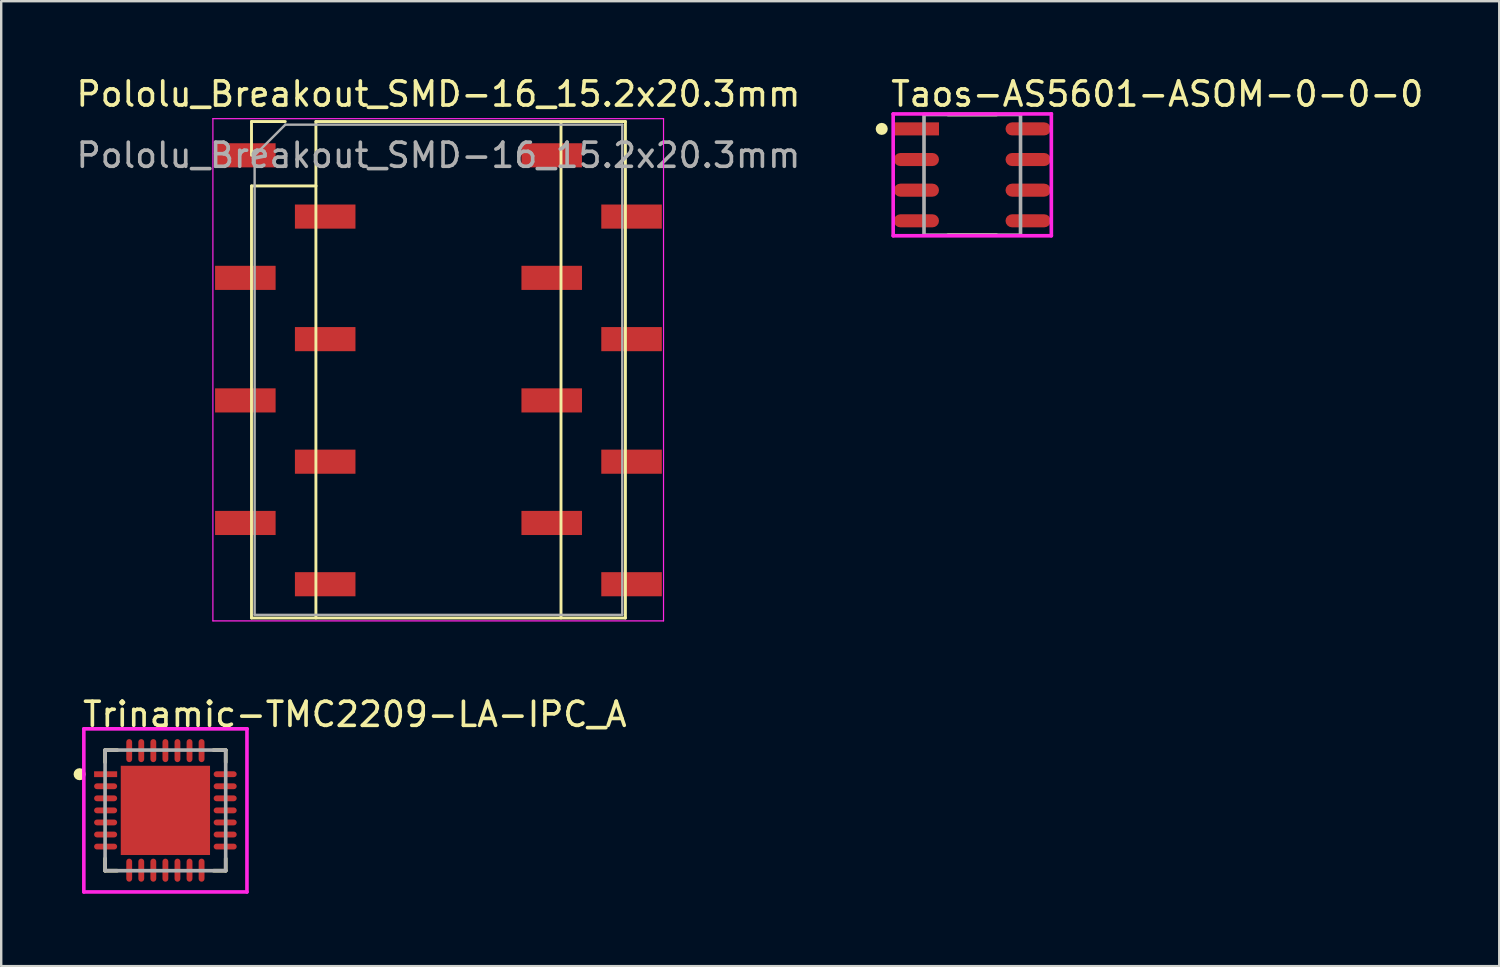
<source format=kicad_pcb>
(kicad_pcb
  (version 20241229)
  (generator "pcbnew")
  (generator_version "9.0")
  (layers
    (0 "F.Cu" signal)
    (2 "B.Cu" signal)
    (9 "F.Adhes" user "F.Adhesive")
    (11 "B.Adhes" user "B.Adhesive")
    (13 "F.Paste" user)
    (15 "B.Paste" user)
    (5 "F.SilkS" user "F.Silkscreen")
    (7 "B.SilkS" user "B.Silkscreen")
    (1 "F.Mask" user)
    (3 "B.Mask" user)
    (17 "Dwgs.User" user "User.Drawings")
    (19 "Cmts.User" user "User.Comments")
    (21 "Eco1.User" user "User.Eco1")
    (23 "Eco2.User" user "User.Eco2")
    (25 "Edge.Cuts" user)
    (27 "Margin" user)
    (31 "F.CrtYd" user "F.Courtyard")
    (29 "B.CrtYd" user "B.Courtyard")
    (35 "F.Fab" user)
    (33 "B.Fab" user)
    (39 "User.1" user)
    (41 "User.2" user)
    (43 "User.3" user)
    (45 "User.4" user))
  (footprint "Taos-AS5601-ASOM-0-0-0"
    (layer "F.Cu")
    (at 37.253 4.198)
    (property "Reference" "Taos-AS5601-ASOM-0-0-0" (at -3.453 -3.35 0) (layer "F.SilkS") (effects (font (size 1 1) (thickness 0.15)) (justify left)))
    (attr through_hole)
    (fp_line (start -1.004 -2.5) (end 1.004 -2.5) (stroke (width 0.15) (type solid)) (layer "F.SilkS"))
    (fp_line (start -1.004 2.5) (end 1.004 2.5) (stroke (width 0.15) (type solid)) (layer "F.SilkS"))
    (fp_circle (center -3.753 -1.905) (end -3.628 -1.905) (stroke (width 0.25) (type solid)) (fill no) (layer "F.SilkS"))
    (fp_line (start -3.278 -2.525) (end -3.278 2.525) (stroke (width 0.15) (type solid)) (layer "F.CrtYd"))
    (fp_line (start -3.278 2.525) (end 3.278 2.525) (stroke (width 0.15) (type solid)) (layer "F.CrtYd"))
    (fp_line (start 3.278 -2.525) (end -3.278 -2.525) (stroke (width 0.15) (type solid)) (layer "F.CrtYd"))
    (fp_line (start 3.278 -2.525) (end 3.278 -2.525) (stroke (width 0.15) (type solid)) (layer "F.CrtYd"))
    (fp_line (start 3.278 2.525) (end 3.278 -2.525) (stroke (width 0.15) (type solid)) (layer "F.CrtYd"))
    (fp_line (start -2 -2.5) (end 2 -2.5) (stroke (width 0.15) (type solid)) (layer "F.Fab"))
    (fp_line (start -2 2.5) (end -2 -2.5) (stroke (width 0.15) (type solid)) (layer "F.Fab"))
    (fp_line (start 2 -2.5) (end 2 2.5) (stroke (width 0.15) (type solid)) (layer "F.Fab"))
    (fp_line (start 2 2.5) (end -2 2.5) (stroke (width 0.15) (type solid)) (layer "F.Fab"))
    (pad "1" smd rect (at -2.316 -1.905) (size 1.874 0.542) (layers "F.Cu" "F.Mask" "F.Paste"))
    (pad "2" smd roundrect (at -2.316 -0.635) (size 1.874 0.542) (layers "F.Cu" "F.Mask" "F.Paste") (roundrect_rratio 0.5))
    (pad "3" smd roundrect (at -2.316 0.635) (size 1.874 0.542) (layers "F.Cu" "F.Mask" "F.Paste") (roundrect_rratio 0.5))
    (pad "4" smd roundrect (at -2.316 1.905) (size 1.874 0.542) (layers "F.Cu" "F.Mask" "F.Paste") (roundrect_rratio 0.5))
    (pad "5" smd roundrect (at 2.316 1.905) (size 1.874 0.542) (layers "F.Cu" "F.Mask" "F.Paste") (roundrect_rratio 0.5))
    (pad "6" smd roundrect (at 2.316 0.635) (size 1.874 0.542) (layers "F.Cu" "F.Mask" "F.Paste") (roundrect_rratio 0.5))
    (pad "7" smd roundrect (at 2.316 -0.635) (size 1.874 0.542) (layers "F.Cu" "F.Mask" "F.Paste") (roundrect_rratio 0.5))
    (pad "8" smd roundrect (at 2.316 -1.905) (size 1.874 0.542) (layers "F.Cu" "F.Mask" "F.Paste") (roundrect_rratio 0.5)))
  (footprint "Pololu_Breakout_SMD-16_15.2x20.3mm"
    (layer "F.Cu")
    (at 8.775 3.388)
    (property "Reference" "Pololu_Breakout_SMD-16_15.2x20.3mm" (at 6.35 -2.54 0) (layer "F.SilkS") (effects (font (size 1 1) (thickness 0.15))))
    (attr through_hole)
    (fp_line (start -1.4 -1.4) (end -1.4 0) (stroke (width 0.12) (type solid)) (layer "F.SilkS"))
    (fp_line (start -1.4 1.27) (end -1.4 19.18) (stroke (width 0.12) (type solid)) (layer "F.SilkS"))
    (fp_line (start -1.4 19.18) (end 14.1 19.18) (stroke (width 0.12) (type solid)) (layer "F.SilkS"))
    (fp_line (start 0 -1.4) (end -1.4 -1.4) (stroke (width 0.12) (type solid)) (layer "F.SilkS"))
    (fp_line (start 1.27 -1.4) (end 1.27 1.27) (stroke (width 0.12) (type solid)) (layer "F.SilkS"))
    (fp_line (start 1.27 1.27) (end -1.4 1.27) (stroke (width 0.12) (type solid)) (layer "F.SilkS"))
    (fp_line (start 1.27 1.27) (end 1.27 19.18) (stroke (width 0.12) (type solid)) (layer "F.SilkS"))
    (fp_line (start 11.43 -1.4) (end 11.43 19.18) (stroke (width 0.12) (type solid)) (layer "F.SilkS"))
    (fp_line (start 14.1 -1.4) (end 1.27 -1.4) (stroke (width 0.12) (type solid)) (layer "F.SilkS"))
    (fp_line (start 14.1 19.18) (end 14.1 -1.4) (stroke (width 0.12) (type solid)) (layer "F.SilkS"))
    (fp_line (start -3 -1.52) (end -3 19.3) (stroke (width 0.05) (type solid)) (layer "F.CrtYd"))
    (fp_line (start -3 -1.52) (end 15.68 -1.52) (stroke (width 0.05) (type solid)) (layer "F.CrtYd"))
    (fp_line (start 15.68 19.3) (end -3 19.3) (stroke (width 0.05) (type solid)) (layer "F.CrtYd"))
    (fp_line (start 15.68 19.3) (end 15.68 -1.52) (stroke (width 0.05) (type solid)) (layer "F.CrtYd"))
    (fp_line (start -1.27 0) (end 0 -1.27) (stroke (width 0.1) (type solid)) (layer "F.Fab"))
    (fp_line (start -1.27 19.05) (end -1.27 0) (stroke (width 0.1) (type solid)) (layer "F.Fab"))
    (fp_line (start 0 -1.27) (end 13.97 -1.27) (stroke (width 0.1) (type solid)) (layer "F.Fab"))
    (fp_line (start 13.97 -1.27) (end 13.97 19.05) (stroke (width 0.1) (type solid)) (layer "F.Fab"))
    (fp_line (start 13.97 19.05) (end -1.27 19.05) (stroke (width 0.1) (type solid)) (layer "F.Fab"))
    (fp_text user "${REFERENCE}" (at 6.35 0 0) (layer "F.Fab") (effects (font (size 1 1) (thickness 0.15))))
    (pad "1" smd rect (at -1.655 0) (size 2.51 1) (layers "F.Cu" "F.Mask" "F.Paste"))
    (pad "2" smd rect (at 1.655 2.54) (size 2.51 1) (layers "F.Cu" "F.Mask" "F.Paste"))
    (pad "3" smd rect (at -1.655 5.08) (size 2.51 1) (layers "F.Cu" "F.Mask" "F.Paste"))
    (pad "4" smd rect (at 1.655 7.62) (size 2.51 1) (layers "F.Cu" "F.Mask" "F.Paste"))
    (pad "5" smd rect (at -1.655 10.16) (size 2.51 1) (layers "F.Cu" "F.Mask" "F.Paste"))
    (pad "6" smd rect (at 1.655 12.7) (size 2.51 1) (layers "F.Cu" "F.Mask" "F.Paste"))
    (pad "7" smd rect (at -1.655 15.24) (size 2.51 1) (layers "F.Cu" "F.Mask" "F.Paste"))
    (pad "8" smd rect (at 1.655 17.78) (size 2.51 1) (layers "F.Cu" "F.Mask" "F.Paste"))
    (pad "9" smd rect (at 11.045 0) (size 2.51 1) (layers "F.Cu" "F.Mask" "F.Paste"))
    (pad "10" smd rect (at 14.355 2.54) (size 2.51 1) (layers "F.Cu" "F.Mask" "F.Paste"))
    (pad "11" smd rect (at 11.045 5.08) (size 2.51 1) (layers "F.Cu" "F.Mask" "F.Paste"))
    (pad "12" smd rect (at 14.355 7.62) (size 2.51 1) (layers "F.Cu" "F.Mask" "F.Paste"))
    (pad "13" smd rect (at 11.045 10.16) (size 2.51 1) (layers "F.Cu" "F.Mask" "F.Paste"))
    (pad "14" smd rect (at 14.355 12.7) (size 2.51 1) (layers "F.Cu" "F.Mask" "F.Paste"))
    (pad "15" smd rect (at 11.045 15.24) (size 2.51 1) (layers "F.Cu" "F.Mask" "F.Paste"))
    (pad "16" smd rect (at 14.355 17.78) (size 2.51 1) (layers "F.Cu" "F.Mask" "F.Paste")))
  (footprint "Trinamic-TMC2209-LA-IPC_A"
    (layer "F.Cu")
    (at 3.806 30.543)
    (property "Reference" "Trinamic-TMC2209-LA-IPC_A" (at -3.506 -3.981 0) (layer "F.SilkS") (effects (font (size 1 1) (thickness 0.15)) (justify left)))
    (attr through_hole)
    (fp_line (start -2.5 -2.5) (end -1.996 -2.5) (stroke (width 0.15) (type solid)) (layer "F.SilkS"))
    (fp_line (start -2.5 -1.996) (end -2.5 -2.5) (stroke (width 0.15) (type solid)) (layer "F.SilkS"))
    (fp_line (start -2.5 2.5) (end -2.5 1.996) (stroke (width 0.15) (type solid)) (layer "F.SilkS"))
    (fp_line (start -2.5 2.5) (end -1.996 2.5) (stroke (width 0.15) (type solid)) (layer "F.SilkS"))
    (fp_line (start 1.996 -2.5) (end 2.5 -2.5) (stroke (width 0.15) (type solid)) (layer "F.SilkS"))
    (fp_line (start 1.996 2.5) (end 2.5 2.5) (stroke (width 0.15) (type solid)) (layer "F.SilkS"))
    (fp_line (start 2.5 -1.996) (end 2.5 -2.5) (stroke (width 0.15) (type solid)) (layer "F.SilkS"))
    (fp_line (start 2.5 2.5) (end 2.5 1.996) (stroke (width 0.15) (type solid)) (layer "F.SilkS"))
    (fp_circle (center -3.556 -1.5) (end -3.431 -1.5) (stroke (width 0.25) (type solid)) (fill no) (layer "F.SilkS"))
    (fp_poly (pts (xy -1.17 -1.17) (xy 1.17 -1.17) (xy 1.17 1.17) (xy -1.17 1.17)) (stroke (width 0) (type solid)) (fill yes) (layer "F.Paste"))
    (fp_line (start -3.381 -3.381) (end -3.381 3.381) (stroke (width 0.15) (type solid)) (layer "F.CrtYd"))
    (fp_line (start -3.381 3.381) (end 3.381 3.381) (stroke (width 0.15) (type solid)) (layer "F.CrtYd"))
    (fp_line (start 3.381 -3.381) (end -3.381 -3.381) (stroke (width 0.15) (type solid)) (layer "F.CrtYd"))
    (fp_line (start 3.381 -3.381) (end 3.381 -3.381) (stroke (width 0.15) (type solid)) (layer "F.CrtYd"))
    (fp_line (start 3.381 3.381) (end 3.381 -3.381) (stroke (width 0.15) (type solid)) (layer "F.CrtYd"))
    (fp_line (start -2.5 -2.5) (end 2.5 -2.5) (stroke (width 0.15) (type solid)) (layer "F.Fab"))
    (fp_line (start -2.5 2.5) (end -2.5 -2.5) (stroke (width 0.15) (type solid)) (layer "F.Fab"))
    (fp_line (start 2.5 -2.5) (end 2.5 2.5) (stroke (width 0.15) (type solid)) (layer "F.Fab"))
    (fp_line (start 2.5 2.5) (end -2.5 2.5) (stroke (width 0.15) (type solid)) (layer "F.Fab"))
    (pad "1" smd rect (at -2.478 -1.5) (size 0.956 0.242) (layers "F.Cu" "F.Mask" "F.Paste"))
    (pad "2" smd roundrect (at -2.478 -1) (size 0.956 0.242) (layers "F.Cu" "F.Mask" "F.Paste") (roundrect_rratio 0.5))
    (pad "3" smd roundrect (at -2.478 -0.5) (size 0.956 0.242) (layers "F.Cu" "F.Mask" "F.Paste") (roundrect_rratio 0.5))
    (pad "4" smd roundrect (at -2.478 0) (size 0.956 0.242) (layers "F.Cu" "F.Mask" "F.Paste") (roundrect_rratio 0.5))
    (pad "5" smd roundrect (at -2.478 0.5) (size 0.956 0.242) (layers "F.Cu" "F.Mask" "F.Paste") (roundrect_rratio 0.5))
    (pad "6" smd roundrect (at -2.478 1) (size 0.956 0.242) (layers "F.Cu" "F.Mask" "F.Paste") (roundrect_rratio 0.5))
    (pad "7" smd roundrect (at -2.478 1.5) (size 0.956 0.242) (layers "F.Cu" "F.Mask" "F.Paste") (roundrect_rratio 0.5))
    (pad "8" smd roundrect (at -1.5 2.478) (size 0.242 0.956) (layers "F.Cu" "F.Mask" "F.Paste") (roundrect_rratio 0.5))
    (pad "9" smd roundrect (at -1 2.478) (size 0.242 0.956) (layers "F.Cu" "F.Mask" "F.Paste") (roundrect_rratio 0.5))
    (pad "10" smd roundrect (at -0.5 2.478) (size 0.242 0.956) (layers "F.Cu" "F.Mask" "F.Paste") (roundrect_rratio 0.5))
    (pad "11" smd roundrect (at 0 2.478) (size 0.242 0.956) (layers "F.Cu" "F.Mask" "F.Paste") (roundrect_rratio 0.5))
    (pad "12" smd roundrect (at 0.5 2.478) (size 0.242 0.956) (layers "F.Cu" "F.Mask" "F.Paste") (roundrect_rratio 0.5))
    (pad "13" smd roundrect (at 1 2.478) (size 0.242 0.956) (layers "F.Cu" "F.Mask" "F.Paste") (roundrect_rratio 0.5))
    (pad "14" smd roundrect (at 1.5 2.478) (size 0.242 0.956) (layers "F.Cu" "F.Mask" "F.Paste") (roundrect_rratio 0.5))
    (pad "15" smd roundrect (at 2.478 1.5) (size 0.956 0.242) (layers "F.Cu" "F.Mask" "F.Paste") (roundrect_rratio 0.5))
    (pad "16" smd roundrect (at 2.478 1) (size 0.956 0.242) (layers "F.Cu" "F.Mask" "F.Paste") (roundrect_rratio 0.5))
    (pad "17" smd roundrect (at 2.478 0.5) (size 0.956 0.242) (layers "F.Cu" "F.Mask" "F.Paste") (roundrect_rratio 0.5))
    (pad "18" smd roundrect (at 2.478 0) (size 0.956 0.242) (layers "F.Cu" "F.Mask" "F.Paste") (roundrect_rratio 0.5))
    (pad "19" smd roundrect (at 2.478 -0.5) (size 0.956 0.242) (layers "F.Cu" "F.Mask" "F.Paste") (roundrect_rratio 0.5))
    (pad "20" smd roundrect (at 2.478 -1) (size 0.956 0.242) (layers "F.Cu" "F.Mask" "F.Paste") (roundrect_rratio 0.5))
    (pad "21" smd roundrect (at 2.478 -1.5) (size 0.956 0.242) (layers "F.Cu" "F.Mask" "F.Paste") (roundrect_rratio 0.5))
    (pad "22" smd roundrect (at 1.5 -2.478) (size 0.242 0.956) (layers "F.Cu" "F.Mask" "F.Paste") (roundrect_rratio 0.5))
    (pad "23" smd roundrect (at 1 -2.478) (size 0.242 0.956) (layers "F.Cu" "F.Mask" "F.Paste") (roundrect_rratio 0.5))
    (pad "24" smd roundrect (at 0.5 -2.478) (size 0.242 0.956) (layers "F.Cu" "F.Mask" "F.Paste") (roundrect_rratio 0.5))
    (pad "25" smd roundrect (at 0 -2.478) (size 0.242 0.956) (layers "F.Cu" "F.Mask" "F.Paste") (roundrect_rratio 0.5))
    (pad "26" smd roundrect (at -0.5 -2.478) (size 0.242 0.956) (layers "F.Cu" "F.Mask" "F.Paste") (roundrect_rratio 0.5))
    (pad "27" smd roundrect (at -1 -2.478) (size 0.242 0.956) (layers "F.Cu" "F.Mask" "F.Paste") (roundrect_rratio 0.5))
    (pad "28" smd roundrect (at -1.5 -2.478) (size 0.242 0.956) (layers "F.Cu" "F.Mask" "F.Paste") (roundrect_rratio 0.5))
    (pad "29" smd rect (at 0 0) (size 3.7 3.7) (layers "F.Cu" "F.Mask")))
  (gr_rect
    (start -3 -3)
    (end 59.098 36.999)
    (stroke (width 0.1) (type default))
    (fill no)
    (layer "Edge.Cuts")))
</source>
